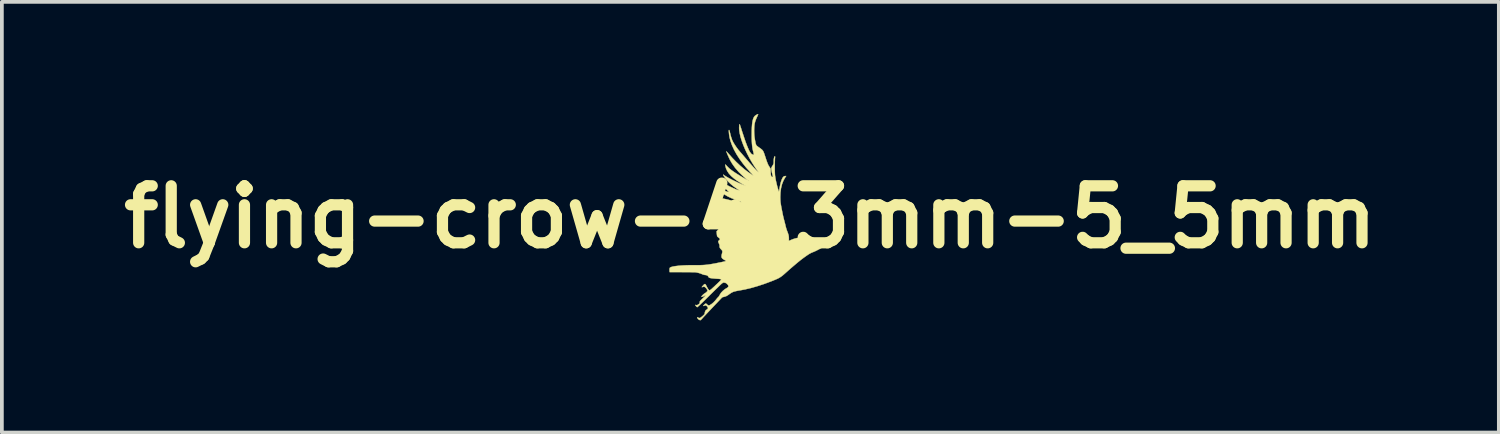
<source format=kicad_pcb>
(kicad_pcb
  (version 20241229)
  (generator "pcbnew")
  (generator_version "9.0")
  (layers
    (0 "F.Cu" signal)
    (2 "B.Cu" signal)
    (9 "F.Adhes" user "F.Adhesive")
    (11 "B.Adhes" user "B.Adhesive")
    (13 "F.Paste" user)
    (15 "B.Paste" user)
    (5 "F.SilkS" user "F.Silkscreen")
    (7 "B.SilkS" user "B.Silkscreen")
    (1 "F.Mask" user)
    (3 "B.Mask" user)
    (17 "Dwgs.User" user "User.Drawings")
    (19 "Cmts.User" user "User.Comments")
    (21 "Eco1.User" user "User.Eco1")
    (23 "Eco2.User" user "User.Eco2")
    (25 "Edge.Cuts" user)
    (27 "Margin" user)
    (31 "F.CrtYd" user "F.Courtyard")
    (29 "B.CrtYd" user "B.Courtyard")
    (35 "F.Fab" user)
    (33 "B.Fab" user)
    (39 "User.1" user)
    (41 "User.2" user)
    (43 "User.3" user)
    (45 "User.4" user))
  (footprint "flying-crow-4_3mm-5_5mm"
    (layer "F.Cu")
    (at 17.025 2.756)
    (property "Reference" "flying-crow-4_3mm-5_5mm" (at 0 0 0) (layer "F.SilkS") (effects (font (size 1.524 1.524) (thickness 0.3))))
    (attr through_hole)
    (fp_poly (pts (xy 0.209 -2.75) (xy 0.207 -2.741) (xy 0.199 -2.722) (xy 0.187 -2.694) (xy 0.175 -2.67) (xy 0.149 -2.61) (xy 0.129 -2.554) (xy 0.115 -2.497) (xy 0.107 -2.435) (xy 0.103 -2.364) (xy 0.102 -2.314) (xy 0.103 -2.248) (xy 0.106 -2.193) (xy 0.111 -2.141) (xy 0.119 -2.089) (xy 0.121 -2.075) (xy 0.131 -2.022) (xy 0.139 -1.981) (xy 0.147 -1.951) (xy 0.156 -1.929) (xy 0.167 -1.912) (xy 0.183 -1.897) (xy 0.204 -1.881) (xy 0.219 -1.87) (xy 0.258 -1.843) (xy 0.287 -1.821) (xy 0.311 -1.802) (xy 0.329 -1.783) (xy 0.343 -1.762) (xy 0.356 -1.736) (xy 0.369 -1.702) (xy 0.384 -1.659) (xy 0.402 -1.603) (xy 0.406 -1.593) (xy 0.426 -1.53) (xy 0.444 -1.48) (xy 0.459 -1.44) (xy 0.473 -1.407) (xy 0.487 -1.379) (xy 0.502 -1.354) (xy 0.504 -1.352) (xy 0.544 -1.288) (xy 0.544 -1.208) (xy 0.546 -1.153) (xy 0.552 -1.113) (xy 0.562 -1.087) (xy 0.577 -1.074) (xy 0.587 -1.072) (xy 0.607 -1.072) (xy 0.588 -1.147) (xy 0.578 -1.186) (xy 0.57 -1.226) (xy 0.564 -1.26) (xy 0.563 -1.268) (xy 0.561 -1.293) (xy 0.562 -1.311) (xy 0.569 -1.33) (xy 0.581 -1.353) (xy 0.592 -1.37) (xy 0.608 -1.398) (xy 0.618 -1.419) (xy 0.623 -1.44) (xy 0.625 -1.465) (xy 0.625 -1.497) (xy 0.627 -1.541) (xy 0.633 -1.578) (xy 0.641 -1.606) (xy 0.651 -1.621) (xy 0.657 -1.624) (xy 0.662 -1.617) (xy 0.662 -1.594) (xy 0.66 -1.577) (xy 0.658 -1.556) (xy 0.657 -1.521) (xy 0.655 -1.476) (xy 0.655 -1.424) (xy 0.654 -1.367) (xy 0.654 -1.332) (xy 0.654 -1.264) (xy 0.655 -1.21) (xy 0.657 -1.166) (xy 0.659 -1.128) (xy 0.663 -1.093) (xy 0.668 -1.059) (xy 0.673 -1.029) (xy 0.682 -0.98) (xy 0.694 -0.927) (xy 0.707 -0.871) (xy 0.721 -0.816) (xy 0.735 -0.767) (xy 0.747 -0.728) (xy 0.756 -0.702) (xy 0.766 -0.678) (xy 0.773 -0.719) (xy 0.786 -0.794) (xy 0.798 -0.855) (xy 0.809 -0.905) (xy 0.82 -0.944) (xy 0.822 -0.95) (xy 0.842 -1.006) (xy 0.862 -1.048) (xy 0.883 -1.076) (xy 0.906 -1.091) (xy 0.932 -1.096) (xy 0.959 -1.096) (xy 0.935 -1.062) (xy 0.886 -0.976) (xy 0.848 -0.879) (xy 0.821 -0.771) (xy 0.806 -0.652) (xy 0.801 -0.536) (xy 0.802 -0.495) (xy 0.803 -0.459) (xy 0.805 -0.426) (xy 0.808 -0.391) (xy 0.814 -0.353) (xy 0.821 -0.308) (xy 0.831 -0.251) (xy 0.839 -0.211) (xy 0.851 -0.15) (xy 0.863 -0.089) (xy 0.875 -0.032) (xy 0.887 0.019) (xy 0.897 0.059) (xy 0.901 0.074) (xy 0.913 0.12) (xy 0.926 0.169) (xy 0.937 0.214) (xy 0.941 0.233) (xy 0.952 0.276) (xy 0.966 0.325) (xy 0.982 0.37) (xy 0.985 0.378) (xy 1.004 0.427) (xy 1.016 0.465) (xy 1.025 0.497) (xy 1.029 0.527) (xy 1.031 0.558) (xy 1.031 0.578) (xy 1.031 0.64) (xy 1.09 0.613) (xy 1.16 0.586) (xy 1.231 0.566) (xy 1.309 0.553) (xy 1.397 0.546) (xy 1.401 0.546) (xy 1.474 0.545) (xy 1.535 0.548) (xy 1.587 0.555) (xy 1.636 0.568) (xy 1.684 0.588) (xy 1.736 0.615) (xy 1.746 0.621) (xy 1.769 0.63) (xy 1.795 0.633) (xy 1.825 0.636) (xy 1.867 0.643) (xy 1.913 0.653) (xy 1.958 0.664) (xy 1.999 0.677) (xy 2.018 0.684) (xy 2.037 0.693) (xy 2.062 0.706) (xy 2.088 0.72) (xy 2.114 0.735) (xy 2.136 0.749) (xy 2.153 0.761) (xy 2.162 0.768) (xy 2.159 0.769) (xy 2.156 0.768) (xy 2.077 0.746) (xy 1.998 0.732) (xy 1.937 0.729) (xy 1.909 0.73) (xy 1.88 0.733) (xy 1.853 0.735) (xy 1.83 0.739) (xy 1.815 0.742) (xy 1.811 0.744) (xy 1.82 0.746) (xy 1.821 0.746) (xy 1.847 0.749) (xy 1.884 0.753) (xy 1.927 0.759) (xy 1.972 0.765) (xy 2.017 0.772) (xy 2.058 0.778) (xy 2.09 0.784) (xy 2.111 0.789) (xy 2.115 0.79) (xy 2.134 0.797) (xy 2.139 0.802) (xy 2.132 0.807) (xy 2.131 0.808) (xy 2.117 0.811) (xy 2.091 0.813) (xy 2.055 0.816) (xy 2.015 0.818) (xy 2.01 0.818) (xy 1.965 0.82) (xy 1.933 0.823) (xy 1.91 0.826) (xy 1.893 0.831) (xy 1.879 0.839) (xy 1.875 0.841) (xy 1.843 0.86) (xy 1.802 0.881) (xy 1.757 0.904) (xy 1.713 0.924) (xy 1.677 0.939) (xy 1.665 0.943) (xy 1.622 0.962) (xy 1.568 0.992) (xy 1.505 1.034) (xy 1.432 1.086) (xy 1.351 1.147) (xy 1.262 1.219) (xy 1.166 1.3) (xy 1.062 1.389) (xy 0.961 1.479) (xy 0.913 1.522) (xy 0.872 1.557) (xy 0.835 1.586) (xy 0.8 1.61) (xy 0.763 1.632) (xy 0.721 1.653) (xy 0.672 1.674) (xy 0.613 1.699) (xy 0.562 1.719) (xy 0.371 1.79) (xy 0.191 1.849) (xy 0.021 1.898) (xy -0.139 1.936) (xy -0.254 1.958) (xy -0.321 1.969) (xy -0.375 1.98) (xy -0.418 1.99) (xy -0.454 2.001) (xy -0.484 2.014) (xy -0.513 2.03) (xy -0.542 2.05) (xy -0.554 2.058) (xy -0.59 2.084) (xy -0.618 2.102) (xy -0.641 2.115) (xy -0.665 2.124) (xy -0.692 2.132) (xy -0.703 2.135) (xy -0.753 2.148) (xy -1.004 2.412) (xy -1.057 2.468) (xy -1.108 2.522) (xy -1.156 2.573) (xy -1.198 2.618) (xy -1.235 2.657) (xy -1.263 2.688) (xy -1.283 2.71) (xy -1.29 2.718) (xy -1.31 2.74) (xy -1.328 2.755) (xy -1.339 2.761) (xy -1.354 2.757) (xy -1.375 2.747) (xy -1.379 2.745) (xy -1.397 2.73) (xy -1.412 2.712) (xy -1.42 2.695) (xy -1.419 2.683) (xy -1.419 2.683) (xy -1.41 2.684) (xy -1.394 2.692) (xy -1.391 2.693) (xy -1.372 2.702) (xy -1.355 2.701) (xy -1.34 2.696) (xy -1.322 2.685) (xy -1.297 2.666) (xy -1.27 2.643) (xy -1.266 2.64) (xy -1.241 2.615) (xy -1.227 2.597) (xy -1.22 2.582) (xy -1.218 2.566) (xy -1.215 2.544) (xy -1.206 2.52) (xy -1.195 2.499) (xy -1.183 2.487) (xy -1.179 2.485) (xy -1.169 2.48) (xy -1.153 2.467) (xy -1.15 2.465) (xy -1.137 2.45) (xy -1.134 2.436) (xy -1.138 2.42) (xy -1.151 2.397) (xy -1.171 2.377) (xy -1.192 2.365) (xy -1.201 2.363) (xy -1.217 2.367) (xy -1.236 2.375) (xy -1.253 2.381) (xy -1.258 2.377) (xy -1.251 2.365) (xy -1.234 2.345) (xy -1.231 2.342) (xy -1.209 2.322) (xy -1.191 2.316) (xy -1.175 2.322) (xy -1.161 2.335) (xy -1.138 2.357) (xy -1.12 2.366) (xy -1.1 2.364) (xy -1.082 2.356) (xy -1.037 2.328) (xy -0.991 2.29) (xy -0.947 2.245) (xy -0.918 2.211) (xy -0.897 2.184) (xy -0.878 2.162) (xy -0.864 2.148) (xy -0.861 2.146) (xy -0.85 2.134) (xy -0.834 2.112) (xy -0.819 2.084) (xy -0.817 2.08) (xy -0.783 2.027) (xy -0.736 1.977) (xy -0.681 1.932) (xy -0.637 1.905) (xy -0.606 1.886) (xy -0.59 1.868) (xy -0.586 1.848) (xy -0.595 1.824) (xy -0.601 1.815) (xy -0.63 1.782) (xy -0.667 1.761) (xy -0.706 1.754) (xy -0.717 1.754) (xy -0.727 1.757) (xy -0.739 1.762) (xy -0.753 1.772) (xy -0.772 1.787) (xy -0.797 1.81) (xy -0.83 1.842) (xy -0.872 1.883) (xy -0.875 1.886) (xy -0.916 1.925) (xy -0.966 1.974) (xy -1.021 2.028) (xy -1.08 2.086) (xy -1.138 2.144) (xy -1.195 2.199) (xy -1.21 2.215) (xy -1.257 2.261) (xy -1.301 2.303) (xy -1.339 2.34) (xy -1.372 2.371) (xy -1.397 2.394) (xy -1.413 2.408) (xy -1.418 2.412) (xy -1.431 2.406) (xy -1.447 2.391) (xy -1.462 2.374) (xy -1.469 2.359) (xy -1.47 2.357) (xy -1.467 2.349) (xy -1.458 2.354) (xy -1.439 2.36) (xy -1.413 2.353) (xy -1.382 2.333) (xy -1.378 2.33) (xy -1.36 2.313) (xy -1.352 2.299) (xy -1.353 2.282) (xy -1.353 2.282) (xy -1.354 2.271) (xy -1.351 2.261) (xy -1.343 2.248) (xy -1.328 2.231) (xy -1.304 2.207) (xy -1.276 2.179) (xy -1.246 2.151) (xy -1.222 2.127) (xy -1.205 2.108) (xy -1.197 2.098) (xy -1.197 2.097) (xy -1.205 2.099) (xy -1.224 2.106) (xy -1.241 2.115) (xy -1.272 2.129) (xy -1.294 2.135) (xy -1.306 2.134) (xy -1.307 2.131) (xy -1.302 2.119) (xy -1.287 2.1) (xy -1.267 2.08) (xy -1.246 2.061) (xy -1.227 2.047) (xy -1.224 2.045) (xy -1.199 2.03) (xy -1.175 2.01) (xy -1.156 1.991) (xy -1.146 1.975) (xy -1.145 1.971) (xy -1.15 1.954) (xy -1.164 1.93) (xy -1.182 1.905) (xy -1.202 1.884) (xy -1.217 1.872) (xy -1.236 1.864) (xy -1.252 1.864) (xy -1.271 1.871) (xy -1.289 1.877) (xy -1.299 1.877) (xy -1.299 1.876) (xy -1.294 1.867) (xy -1.28 1.85) (xy -1.261 1.829) (xy -1.259 1.826) (xy -1.239 1.806) (xy -1.224 1.795) (xy -1.212 1.793) (xy -1.2 1.802) (xy -1.187 1.822) (xy -1.169 1.856) (xy -1.159 1.877) (xy -1.137 1.916) (xy -1.117 1.944) (xy -1.103 1.956) (xy -1.097 1.96) (xy -1.09 1.961) (xy -1.082 1.958) (xy -1.07 1.951) (xy -1.054 1.939) (xy -1.031 1.92) (xy -1.001 1.892) (xy -0.961 1.856) (xy -0.931 1.827) (xy -0.89 1.789) (xy -0.853 1.753) (xy -0.822 1.723) (xy -0.798 1.698) (xy -0.784 1.682) (xy -0.78 1.676) (xy -0.781 1.67) (xy -0.787 1.665) (xy -0.8 1.661) (xy -0.821 1.657) (xy -0.853 1.654) (xy -0.899 1.651) (xy -0.926 1.649) (xy -0.987 1.644) (xy -1.034 1.639) (xy -1.069 1.633) (xy -1.093 1.626) (xy -1.109 1.617) (xy -1.119 1.606) (xy -1.122 1.598) (xy -1.139 1.574) (xy -1.167 1.558) (xy -1.205 1.551) (xy -1.208 1.551) (xy -1.232 1.548) (xy -1.264 1.539) (xy -1.292 1.528) (xy -1.345 1.507) (xy -1.402 1.491) (xy -1.456 1.48) (xy -1.499 1.477) (xy -1.581 1.476) (xy -1.672 1.475) (xy -1.766 1.475) (xy -1.859 1.474) (xy -1.944 1.474) (xy -2.003 1.474) (xy -2.159 1.474) (xy -2.162 1.441) (xy -2.163 1.412) (xy -2.161 1.383) (xy -2.16 1.38) (xy -2.157 1.365) (xy -2.15 1.355) (xy -2.137 1.347) (xy -2.113 1.338) (xy -2.1 1.333) (xy -2.062 1.324) (xy -2.01 1.315) (xy -1.945 1.307) (xy -1.871 1.3) (xy -1.789 1.295) (xy -1.702 1.291) (xy -1.611 1.289) (xy -1.519 1.289) (xy -1.506 1.289) (xy -1.427 1.29) (xy -1.356 1.289) (xy -1.291 1.287) (xy -1.229 1.283) (xy -1.168 1.278) (xy -1.105 1.27) (xy -1.038 1.259) (xy -0.962 1.246) (xy -0.877 1.229) (xy -0.778 1.209) (xy -0.773 1.208) (xy -0.723 1.197) (xy -0.688 1.189) (xy -0.666 1.182) (xy -0.656 1.176) (xy -0.657 1.17) (xy -0.668 1.162) (xy -0.687 1.152) (xy -0.693 1.149) (xy -0.719 1.132) (xy -0.745 1.113) (xy -0.747 1.111) (xy -0.764 1.091) (xy -0.771 1.065) (xy -0.77 1.032) (xy -0.761 0.987) (xy -0.759 0.983) (xy -0.75 0.946) (xy -0.748 0.92) (xy -0.753 0.9) (xy -0.766 0.882) (xy -0.779 0.869) (xy -0.809 0.835) (xy -0.824 0.802) (xy -0.823 0.775) (xy -0.824 0.754) (xy -0.834 0.722) (xy -0.84 0.71) (xy -0.853 0.679) (xy -0.859 0.659) (xy -0.857 0.645) (xy -0.847 0.634) (xy -0.836 0.625) (xy -0.817 0.607) (xy -0.814 0.589) (xy -0.825 0.57) (xy -0.847 0.552) (xy -0.867 0.536) (xy -0.882 0.522) (xy -0.886 0.517) (xy -0.89 0.505) (xy -0.893 0.481) (xy -0.897 0.451) (xy -0.897 0.446) (xy -0.903 0.385) (xy -0.871 0.35) (xy -0.844 0.314) (xy -0.832 0.279) (xy -0.835 0.248) (xy -0.852 0.221) (xy -0.883 0.201) (xy -0.888 0.199) (xy -0.91 0.189) (xy -0.926 0.178) (xy -0.929 0.174) (xy -0.932 0.161) (xy -0.935 0.137) (xy -0.939 0.103) (xy -0.943 0.072) (xy -0.947 0.016) (xy -0.948 -0.041) (xy -0.947 -0.098) (xy -0.944 -0.15) (xy -0.938 -0.193) (xy -0.931 -0.223) (xy -0.931 -0.223) (xy -0.924 -0.251) (xy -0.919 -0.288) (xy -0.918 -0.325) (xy -0.916 -0.378) (xy -0.91 -0.419) (xy -0.898 -0.45) (xy -0.881 -0.477) (xy -0.879 -0.48) (xy -0.858 -0.506) (xy -0.792 -0.501) (xy -0.761 -0.497) (xy -0.718 -0.49) (xy -0.668 -0.48) (xy -0.614 -0.468) (xy -0.581 -0.459) (xy -0.489 -0.437) (xy -0.411 -0.419) (xy -0.348 -0.407) (xy -0.299 -0.4) (xy -0.269 -0.399) (xy -0.24 -0.399) (xy -0.28 -0.418) (xy -0.305 -0.428) (xy -0.34 -0.442) (xy -0.38 -0.457) (xy -0.406 -0.467) (xy -0.511 -0.507) (xy -0.602 -0.55) (xy -0.678 -0.594) (xy -0.741 -0.64) (xy -0.751 -0.648) (xy -0.775 -0.671) (xy -0.799 -0.695) (xy -0.819 -0.718) (xy -0.835 -0.737) (xy -0.843 -0.749) (xy -0.843 -0.752) (xy -0.834 -0.75) (xy -0.813 -0.744) (xy -0.782 -0.734) (xy -0.744 -0.721) (xy -0.716 -0.711) (xy -0.673 -0.695) (xy -0.635 -0.682) (xy -0.605 -0.673) (xy -0.585 -0.667) (xy -0.579 -0.666) (xy -0.579 -0.671) (xy -0.59 -0.686) (xy -0.605 -0.702) (xy -0.284 -0.702) (xy -0.28 -0.698) (xy -0.276 -0.702) (xy -0.28 -0.706) (xy -0.284 -0.702) (xy -0.605 -0.702) (xy -0.61 -0.708) (xy -0.638 -0.737) (xy -0.644 -0.743) (xy -0.699 -0.8) (xy -0.74 -0.85) (xy -0.768 -0.892) (xy -0.783 -0.928) (xy -0.785 -0.937) (xy -0.79 -0.967) (xy -0.731 -0.922) (xy -0.699 -0.9) (xy -0.658 -0.875) (xy -0.614 -0.849) (xy -0.577 -0.829) (xy -0.54 -0.811) (xy -0.498 -0.791) (xy -0.454 -0.771) (xy -0.411 -0.752) (xy -0.371 -0.735) (xy -0.337 -0.721) (xy -0.312 -0.712) (xy -0.298 -0.708) (xy -0.295 -0.709) (xy -0.3 -0.714) (xy -0.316 -0.727) (xy -0.339 -0.743) (xy -0.351 -0.751) (xy -0.444 -0.817) (xy -0.463 -0.832) (xy -0.13 -0.832) (xy -0.126 -0.828) (xy -0.122 -0.832) (xy -0.126 -0.836) (xy -0.13 -0.832) (xy -0.463 -0.832) (xy -0.527 -0.884) (xy -0.599 -0.953) (xy -0.658 -1.02) (xy -0.704 -1.086) (xy -0.718 -1.111) (xy -0.725 -1.128) (xy -0.727 -1.135) (xy -0.725 -1.134) (xy -0.716 -1.128) (xy -0.697 -1.115) (xy -0.671 -1.098) (xy -0.665 -1.094) (xy -0.637 -1.077) (xy -0.6 -1.055) (xy -0.557 -1.031) (xy -0.512 -1.008) (xy -0.503 -1.003) (xy -0.466 -0.984) (xy -0.423 -0.964) (xy -0.377 -0.942) (xy -0.329 -0.919) (xy -0.282 -0.898) (xy -0.238 -0.878) (xy -0.2 -0.862) (xy -0.169 -0.849) (xy -0.149 -0.841) (xy -0.141 -0.839) (xy -0.146 -0.843) (xy -0.163 -0.854) (xy -0.187 -0.867) (xy -0.189 -0.868) (xy -0.214 -0.883) (xy -0.249 -0.904) (xy -0.289 -0.929) (xy -0.331 -0.956) (xy -0.344 -0.964) (xy -0.366 -0.98) (xy -0.064 -0.98) (xy -0.062 -0.976) (xy -0.054 -0.967) (xy -0.049 -0.969) (xy -0.049 -0.97) (xy -0.054 -0.977) (xy -0.058 -0.979) (xy -0.064 -0.98) (xy -0.366 -0.98) (xy -0.436 -1.03) (xy -0.511 -1.095) (xy -0.572 -1.162) (xy -0.618 -1.23) (xy -0.65 -1.3) (xy -0.661 -1.341) (xy -0.669 -1.376) (xy -0.672 -1.397) (xy -0.669 -1.404) (xy -0.659 -1.398) (xy -0.641 -1.379) (xy -0.633 -1.37) (xy -0.604 -1.34) (xy -0.574 -1.31) (xy -0.539 -1.28) (xy -0.499 -1.249) (xy -0.453 -1.216) (xy -0.399 -1.18) (xy -0.336 -1.14) (xy -0.263 -1.095) (xy -0.177 -1.044) (xy -0.089 -0.992) (xy -0.082 -0.988) (xy -0.078 -0.987) (xy -0.08 -0.99) (xy -0.087 -0.997) (xy -0.102 -1.011) (xy -0.126 -1.032) (xy -0.159 -1.062) (xy -0.203 -1.101) (xy -0.205 -1.102) (xy -0.312 -1.206) (xy -0.407 -1.316) (xy -0.487 -1.429) (xy -0.535 -1.511) (xy -0.552 -1.543) (xy -0.57 -1.581) (xy -0.588 -1.622) (xy -0.606 -1.662) (xy -0.622 -1.699) (xy -0.633 -1.729) (xy -0.64 -1.749) (xy -0.641 -1.756) (xy -0.637 -1.753) (xy -0.624 -1.74) (xy -0.605 -1.719) (xy -0.591 -1.703) (xy -0.485 -1.584) (xy -0.376 -1.472) (xy -0.267 -1.369) (xy -0.161 -1.279) (xy -0.131 -1.256) (xy -0.101 -1.233) (xy -0.067 -1.208) (xy -0.031 -1.183) (xy 0.003 -1.159) (xy 0.034 -1.138) (xy 0.059 -1.123) (xy 0.074 -1.114) (xy 0.078 -1.112) (xy 0.074 -1.118) (xy 0.061 -1.133) (xy 0.041 -1.156) (xy 0.014 -1.184) (xy 0.000047 -1.199) (xy -0.107 -1.317) (xy -0.204 -1.438) (xy -0.292 -1.559) (xy -0.37 -1.681) (xy -0.436 -1.801) (xy -0.49 -1.919) (xy -0.53 -2.031) (xy -0.555 -2.127) (xy -0.562 -2.167) (xy -0.568 -2.208) (xy -0.572 -2.248) (xy -0.575 -2.283) (xy -0.575 -2.31) (xy -0.573 -2.327) (xy -0.57 -2.33) (xy -0.566 -2.323) (xy -0.558 -2.303) (xy -0.549 -2.272) (xy -0.539 -2.234) (xy -0.537 -2.223) (xy -0.525 -2.176) (xy -0.511 -2.128) (xy -0.496 -2.085) (xy -0.484 -2.052) (xy -0.457 -1.999) (xy -0.421 -1.939) (xy -0.378 -1.875) (xy -0.332 -1.812) (xy -0.29 -1.762) (xy -0.27 -1.738) (xy -0.24 -1.704) (xy -0.204 -1.662) (xy -0.164 -1.615) (xy -0.12 -1.564) (xy -0.075 -1.512) (xy -0.063 -1.498) (xy -0.019 -1.446) (xy 0.025 -1.397) (xy 0.066 -1.351) (xy 0.104 -1.309) (xy 0.138 -1.272) (xy 0.167 -1.242) (xy 0.19 -1.219) (xy 0.206 -1.204) (xy 0.215 -1.198) (xy 0.214 -1.202) (xy 0.204 -1.218) (xy 0.204 -1.218) (xy 0.123 -1.334) (xy 0.048 -1.453) (xy -0.022 -1.573) (xy -0.085 -1.694) (xy -0.141 -1.813) (xy -0.19 -1.929) (xy -0.231 -2.041) (xy -0.263 -2.146) (xy -0.285 -2.244) (xy -0.298 -2.333) (xy -0.3 -2.39) (xy -0.298 -2.426) (xy -0.295 -2.455) (xy -0.291 -2.474) (xy -0.286 -2.482) (xy -0.282 -2.477) (xy -0.278 -2.466) (xy -0.271 -2.442) (xy -0.259 -2.407) (xy -0.244 -2.362) (xy -0.228 -2.31) (xy -0.209 -2.252) (xy -0.203 -2.235) (xy -0.164 -2.117) (xy -0.129 -2.014) (xy -0.096 -1.926) (xy -0.066 -1.853) (xy -0.039 -1.792) (xy -0.014 -1.745) (xy 0.01 -1.71) (xy 0.031 -1.687) (xy 0.046 -1.678) (xy 0.07 -1.668) (xy 0.088 -1.665) (xy 0.097 -1.667) (xy 0.097 -1.669) (xy 0.095 -1.678) (xy 0.09 -1.699) (xy 0.083 -1.727) (xy 0.082 -1.732) (xy 0.068 -1.787) (xy 0.057 -1.842) (xy 0.049 -1.901) (xy 0.043 -1.965) (xy 0.039 -2.038) (xy 0.037 -2.122) (xy 0.037 -2.197) (xy 0.038 -2.306) (xy 0.041 -2.4) (xy 0.047 -2.48) (xy 0.056 -2.547) (xy 0.068 -2.602) (xy 0.083 -2.646) (xy 0.101 -2.68) (xy 0.123 -2.706) (xy 0.133 -2.713) (xy 0.161 -2.732) (xy 0.185 -2.745) (xy 0.203 -2.751) (xy 0.209 -2.75)) (stroke (width 0.01) (type solid)) (fill yes) (layer "F.SilkS")))
  (gr_rect
    (start -3 -3)
    (end 37.051 8.522)
    (stroke (width 0.1) (type default))
    (fill no)
    (layer "Edge.Cuts")))
</source>
